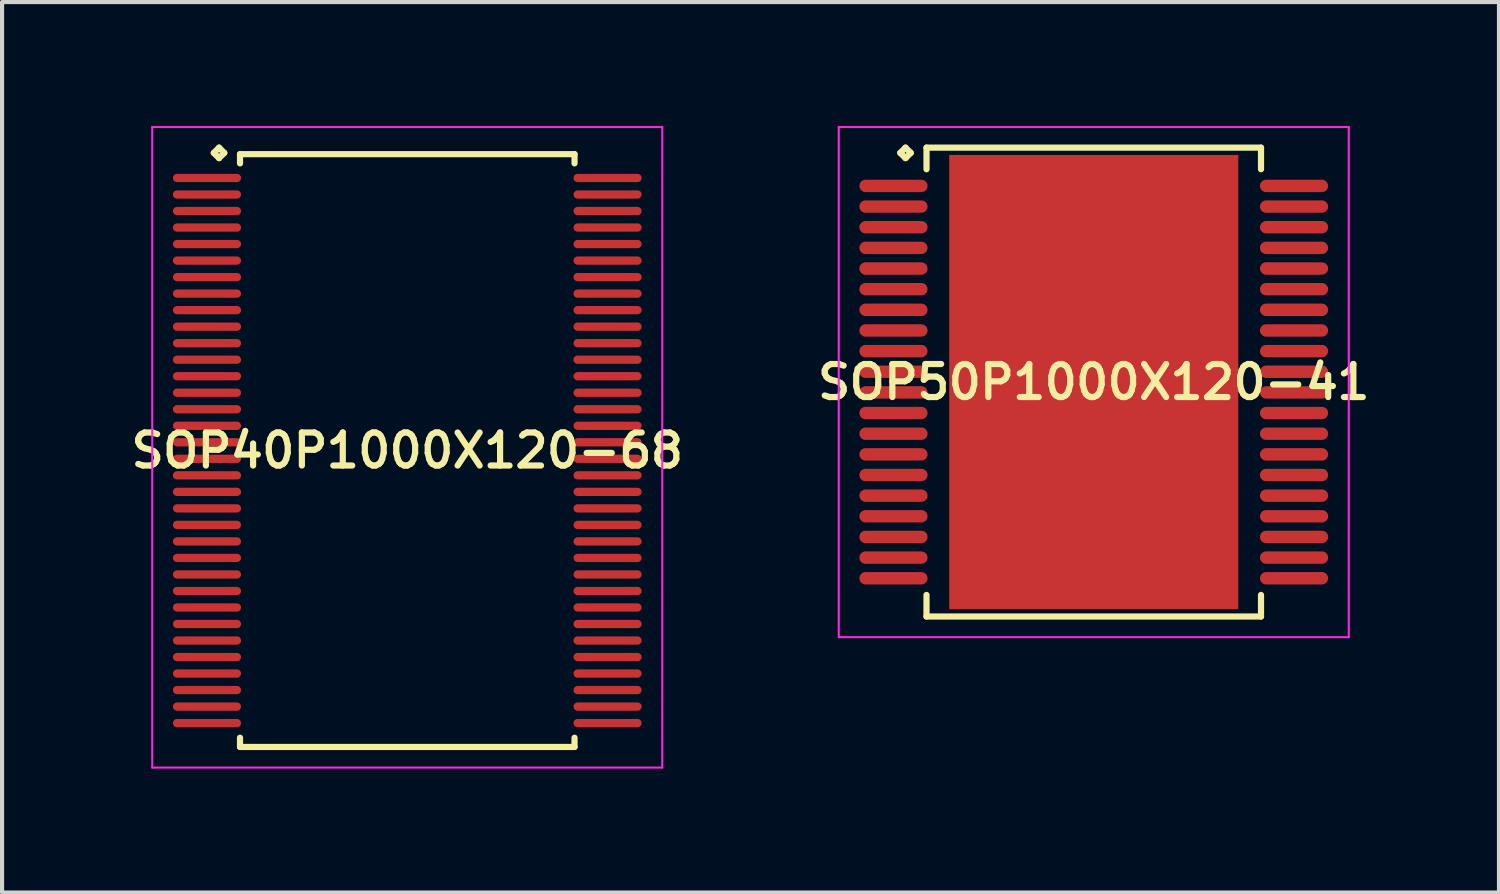
<source format=kicad_pcb>
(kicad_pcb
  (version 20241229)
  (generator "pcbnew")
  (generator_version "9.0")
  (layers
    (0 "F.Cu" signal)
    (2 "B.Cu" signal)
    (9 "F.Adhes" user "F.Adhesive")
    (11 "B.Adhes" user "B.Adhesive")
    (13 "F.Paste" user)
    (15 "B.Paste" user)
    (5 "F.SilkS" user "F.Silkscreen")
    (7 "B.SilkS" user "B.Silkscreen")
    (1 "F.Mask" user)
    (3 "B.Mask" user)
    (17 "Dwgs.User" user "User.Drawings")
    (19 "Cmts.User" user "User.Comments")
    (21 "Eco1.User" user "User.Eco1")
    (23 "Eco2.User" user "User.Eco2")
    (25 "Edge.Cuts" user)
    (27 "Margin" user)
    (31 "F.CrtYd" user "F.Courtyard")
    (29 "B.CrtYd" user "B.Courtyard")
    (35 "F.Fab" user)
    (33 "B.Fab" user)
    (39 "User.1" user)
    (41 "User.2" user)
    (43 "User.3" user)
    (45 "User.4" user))
  (footprint "SOP40P1000X120-68"
    (layer "F.Cu")
    (at 6.812 7.86)
    (property "Reference" "SOP40P1000X120-68" (at 0 0 0) (layer "F.SilkS") (effects (font (size 0.8 0.8) (thickness 0.15))))
    (attr smd)
    (fp_line (start -4.685 -7.208) (end -4.558 -7.335) (stroke (width 0.15) (type solid)) (layer "F.SilkS"))
    (fp_line (start -4.558 -7.335) (end -4.431 -7.208) (stroke (width 0.15) (type solid)) (layer "F.SilkS"))
    (fp_line (start -4.558 -7.081) (end -4.685 -7.208) (stroke (width 0.15) (type solid)) (layer "F.SilkS"))
    (fp_line (start -4.431 -7.208) (end -4.558 -7.081) (stroke (width 0.15) (type solid)) (layer "F.SilkS"))
    (fp_line (start -4.05 -7.177) (end 4.05 -7.177) (stroke (width 0.15) (type solid)) (layer "F.SilkS"))
    (fp_line (start -4.05 -6.954) (end -4.05 -7.177) (stroke (width 0.15) (type solid)) (layer "F.SilkS"))
    (fp_line (start -4.05 6.954) (end -4.05 7.177) (stroke (width 0.15) (type solid)) (layer "F.SilkS"))
    (fp_line (start -4.05 7.177) (end 4.05 7.177) (stroke (width 0.15) (type solid)) (layer "F.SilkS"))
    (fp_line (start 4.05 -7.177) (end 4.05 -6.954) (stroke (width 0.15) (type solid)) (layer "F.SilkS"))
    (fp_line (start 4.05 7.177) (end 4.05 6.954) (stroke (width 0.15) (type solid)) (layer "F.SilkS"))
    (fp_line (start -6.175 -7.835) (end 6.175 -7.835) (stroke (width 0.05) (type solid)) (layer "F.CrtYd"))
    (fp_line (start -6.175 7.677) (end -6.175 -7.835) (stroke (width 0.05) (type solid)) (layer "F.CrtYd"))
    (fp_line (start 6.175 -7.835) (end 6.175 7.677) (stroke (width 0.05) (type solid)) (layer "F.CrtYd"))
    (fp_line (start 6.175 7.677) (end -6.175 7.677) (stroke (width 0.05) (type solid)) (layer "F.CrtYd"))
    (pad "1" smd oval (at -4.85 -6.6) (size 1.65 0.2) (layers "F.Cu" "F.Mask" "F.Paste"))
    (pad "2" smd oval (at -4.85 -6.2) (size 1.65 0.2) (layers "F.Cu" "F.Mask" "F.Paste"))
    (pad "3" smd oval (at -4.85 -5.8) (size 1.65 0.2) (layers "F.Cu" "F.Mask" "F.Paste"))
    (pad "4" smd oval (at -4.85 -5.4) (size 1.65 0.2) (layers "F.Cu" "F.Mask" "F.Paste"))
    (pad "5" smd oval (at -4.85 -5) (size 1.65 0.2) (layers "F.Cu" "F.Mask" "F.Paste"))
    (pad "6" smd oval (at -4.85 -4.6) (size 1.65 0.2) (layers "F.Cu" "F.Mask" "F.Paste"))
    (pad "7" smd oval (at -4.85 -4.2) (size 1.65 0.2) (layers "F.Cu" "F.Mask" "F.Paste"))
    (pad "8" smd oval (at -4.85 -3.8) (size 1.65 0.2) (layers "F.Cu" "F.Mask" "F.Paste"))
    (pad "9" smd oval (at -4.85 -3.4) (size 1.65 0.2) (layers "F.Cu" "F.Mask" "F.Paste"))
    (pad "10" smd oval (at -4.85 -3) (size 1.65 0.2) (layers "F.Cu" "F.Mask" "F.Paste"))
    (pad "11" smd oval (at -4.85 -2.6) (size 1.65 0.2) (layers "F.Cu" "F.Mask" "F.Paste"))
    (pad "12" smd oval (at -4.85 -2.2) (size 1.65 0.2) (layers "F.Cu" "F.Mask" "F.Paste"))
    (pad "13" smd oval (at -4.85 -1.8) (size 1.65 0.2) (layers "F.Cu" "F.Mask" "F.Paste"))
    (pad "14" smd oval (at -4.85 -1.4) (size 1.65 0.2) (layers "F.Cu" "F.Mask" "F.Paste"))
    (pad "15" smd oval (at -4.85 -1) (size 1.65 0.2) (layers "F.Cu" "F.Mask" "F.Paste"))
    (pad "16" smd oval (at -4.85 -0.6) (size 1.65 0.2) (layers "F.Cu" "F.Mask" "F.Paste"))
    (pad "17" smd oval (at -4.85 -0.2) (size 1.65 0.2) (layers "F.Cu" "F.Mask" "F.Paste"))
    (pad "18" smd oval (at -4.85 0.2) (size 1.65 0.2) (layers "F.Cu" "F.Mask" "F.Paste"))
    (pad "19" smd oval (at -4.85 0.6) (size 1.65 0.2) (layers "F.Cu" "F.Mask" "F.Paste"))
    (pad "20" smd oval (at -4.85 1) (size 1.65 0.2) (layers "F.Cu" "F.Mask" "F.Paste"))
    (pad "21" smd oval (at -4.85 1.4) (size 1.65 0.2) (layers "F.Cu" "F.Mask" "F.Paste"))
    (pad "22" smd oval (at -4.85 1.8) (size 1.65 0.2) (layers "F.Cu" "F.Mask" "F.Paste"))
    (pad "23" smd oval (at -4.85 2.2) (size 1.65 0.2) (layers "F.Cu" "F.Mask" "F.Paste"))
    (pad "24" smd oval (at -4.85 2.6) (size 1.65 0.2) (layers "F.Cu" "F.Mask" "F.Paste"))
    (pad "25" smd oval (at -4.85 3) (size 1.65 0.2) (layers "F.Cu" "F.Mask" "F.Paste"))
    (pad "26" smd oval (at -4.85 3.4) (size 1.65 0.2) (layers "F.Cu" "F.Mask" "F.Paste"))
    (pad "27" smd oval (at -4.85 3.8) (size 1.65 0.2) (layers "F.Cu" "F.Mask" "F.Paste"))
    (pad "28" smd oval (at -4.85 4.2) (size 1.65 0.2) (layers "F.Cu" "F.Mask" "F.Paste"))
    (pad "29" smd oval (at -4.85 4.6) (size 1.65 0.2) (layers "F.Cu" "F.Mask" "F.Paste"))
    (pad "30" smd oval (at -4.85 5) (size 1.65 0.2) (layers "F.Cu" "F.Mask" "F.Paste"))
    (pad "31" smd oval (at -4.85 5.4) (size 1.65 0.2) (layers "F.Cu" "F.Mask" "F.Paste"))
    (pad "32" smd oval (at -4.85 5.8) (size 1.65 0.2) (layers "F.Cu" "F.Mask" "F.Paste"))
    (pad "33" smd oval (at -4.85 6.2) (size 1.65 0.2) (layers "F.Cu" "F.Mask" "F.Paste"))
    (pad "34" smd oval (at -4.85 6.6) (size 1.65 0.2) (layers "F.Cu" "F.Mask" "F.Paste"))
    (pad "35" smd oval (at 4.85 6.6) (size 1.65 0.2) (layers "F.Cu" "F.Mask" "F.Paste"))
    (pad "36" smd oval (at 4.85 6.2) (size 1.65 0.2) (layers "F.Cu" "F.Mask" "F.Paste"))
    (pad "37" smd oval (at 4.85 5.8) (size 1.65 0.2) (layers "F.Cu" "F.Mask" "F.Paste"))
    (pad "38" smd oval (at 4.85 5.4) (size 1.65 0.2) (layers "F.Cu" "F.Mask" "F.Paste"))
    (pad "39" smd oval (at 4.85 5) (size 1.65 0.2) (layers "F.Cu" "F.Mask" "F.Paste"))
    (pad "40" smd oval (at 4.85 4.6) (size 1.65 0.2) (layers "F.Cu" "F.Mask" "F.Paste"))
    (pad "41" smd oval (at 4.85 4.2) (size 1.65 0.2) (layers "F.Cu" "F.Mask" "F.Paste"))
    (pad "42" smd oval (at 4.85 3.8) (size 1.65 0.2) (layers "F.Cu" "F.Mask" "F.Paste"))
    (pad "43" smd oval (at 4.85 3.4) (size 1.65 0.2) (layers "F.Cu" "F.Mask" "F.Paste"))
    (pad "44" smd oval (at 4.85 3) (size 1.65 0.2) (layers "F.Cu" "F.Mask" "F.Paste"))
    (pad "45" smd oval (at 4.85 2.6) (size 1.65 0.2) (layers "F.Cu" "F.Mask" "F.Paste"))
    (pad "46" smd oval (at 4.85 2.2) (size 1.65 0.2) (layers "F.Cu" "F.Mask" "F.Paste"))
    (pad "47" smd oval (at 4.85 1.8) (size 1.65 0.2) (layers "F.Cu" "F.Mask" "F.Paste"))
    (pad "48" smd oval (at 4.85 1.4) (size 1.65 0.2) (layers "F.Cu" "F.Mask" "F.Paste"))
    (pad "49" smd oval (at 4.85 1) (size 1.65 0.2) (layers "F.Cu" "F.Mask" "F.Paste"))
    (pad "50" smd oval (at 4.85 0.6) (size 1.65 0.2) (layers "F.Cu" "F.Mask" "F.Paste"))
    (pad "51" smd oval (at 4.85 0.2) (size 1.65 0.2) (layers "F.Cu" "F.Mask" "F.Paste"))
    (pad "52" smd oval (at 4.85 -0.2) (size 1.65 0.2) (layers "F.Cu" "F.Mask" "F.Paste"))
    (pad "53" smd oval (at 4.85 -0.6) (size 1.65 0.2) (layers "F.Cu" "F.Mask" "F.Paste"))
    (pad "54" smd oval (at 4.85 -1) (size 1.65 0.2) (layers "F.Cu" "F.Mask" "F.Paste"))
    (pad "55" smd oval (at 4.85 -1.4) (size 1.65 0.2) (layers "F.Cu" "F.Mask" "F.Paste"))
    (pad "56" smd oval (at 4.85 -1.8) (size 1.65 0.2) (layers "F.Cu" "F.Mask" "F.Paste"))
    (pad "57" smd oval (at 4.85 -2.2) (size 1.65 0.2) (layers "F.Cu" "F.Mask" "F.Paste"))
    (pad "58" smd oval (at 4.85 -2.6) (size 1.65 0.2) (layers "F.Cu" "F.Mask" "F.Paste"))
    (pad "59" smd oval (at 4.85 -3) (size 1.65 0.2) (layers "F.Cu" "F.Mask" "F.Paste"))
    (pad "60" smd oval (at 4.85 -3.4) (size 1.65 0.2) (layers "F.Cu" "F.Mask" "F.Paste"))
    (pad "61" smd oval (at 4.85 -3.8) (size 1.65 0.2) (layers "F.Cu" "F.Mask" "F.Paste"))
    (pad "62" smd oval (at 4.85 -4.2) (size 1.65 0.2) (layers "F.Cu" "F.Mask" "F.Paste"))
    (pad "63" smd oval (at 4.85 -4.6) (size 1.65 0.2) (layers "F.Cu" "F.Mask" "F.Paste"))
    (pad "64" smd oval (at 4.85 -5) (size 1.65 0.2) (layers "F.Cu" "F.Mask" "F.Paste"))
    (pad "65" smd oval (at 4.85 -5.4) (size 1.65 0.2) (layers "F.Cu" "F.Mask" "F.Paste"))
    (pad "66" smd oval (at 4.85 -5.8) (size 1.65 0.2) (layers "F.Cu" "F.Mask" "F.Paste"))
    (pad "67" smd oval (at 4.85 -6.2) (size 1.65 0.2) (layers "F.Cu" "F.Mask" "F.Paste"))
    (pad "68" smd oval (at 4.85 -6.6) (size 1.65 0.2) (layers "F.Cu" "F.Mask" "F.Paste")))
  (footprint "SOP50P1000X120-41"
    (layer "F.Cu")
    (at 23.435 6.202)
    (property "Reference" "SOP50P1000X120-41" (at 0 0 0) (layer "F.SilkS") (effects (font (size 0.8 0.8) (thickness 0.15))))
    (attr smd)
    (fp_line (start -4.685 -5.55) (end -4.558 -5.677) (stroke (width 0.15) (type solid)) (layer "F.SilkS"))
    (fp_line (start -4.558 -5.677) (end -4.431 -5.55) (stroke (width 0.15) (type solid)) (layer "F.SilkS"))
    (fp_line (start -4.558 -5.423) (end -4.685 -5.55) (stroke (width 0.15) (type solid)) (layer "F.SilkS"))
    (fp_line (start -4.431 -5.55) (end -4.558 -5.423) (stroke (width 0.15) (type solid)) (layer "F.SilkS"))
    (fp_line (start -4.05 -5.677) (end 4.05 -5.677) (stroke (width 0.15) (type solid)) (layer "F.SilkS"))
    (fp_line (start -4.05 -5.154) (end -4.05 -5.677) (stroke (width 0.15) (type solid)) (layer "F.SilkS"))
    (fp_line (start -4.05 5.154) (end -4.05 5.677) (stroke (width 0.15) (type solid)) (layer "F.SilkS"))
    (fp_line (start -4.05 5.677) (end 4.05 5.677) (stroke (width 0.15) (type solid)) (layer "F.SilkS"))
    (fp_line (start 4.05 -5.677) (end 4.05 -5.154) (stroke (width 0.15) (type solid)) (layer "F.SilkS"))
    (fp_line (start 4.05 5.677) (end 4.05 5.154) (stroke (width 0.15) (type solid)) (layer "F.SilkS"))
    (fp_line (start -6.175 -6.177) (end 6.175 -6.177) (stroke (width 0.05) (type solid)) (layer "F.CrtYd"))
    (fp_line (start -6.175 6.177) (end -6.175 -6.177) (stroke (width 0.05) (type solid)) (layer "F.CrtYd"))
    (fp_line (start 6.175 -6.177) (end 6.175 6.177) (stroke (width 0.05) (type solid)) (layer "F.CrtYd"))
    (fp_line (start 6.175 6.177) (end -6.175 6.177) (stroke (width 0.05) (type solid)) (layer "F.CrtYd"))
    (pad "1" smd oval (at -4.85 -4.75) (size 1.65 0.3) (layers "F.Cu" "F.Mask" "F.Paste"))
    (pad "2" smd oval (at -4.85 -4.25) (size 1.65 0.3) (layers "F.Cu" "F.Mask" "F.Paste"))
    (pad "3" smd oval (at -4.85 -3.75) (size 1.65 0.3) (layers "F.Cu" "F.Mask" "F.Paste"))
    (pad "4" smd oval (at -4.85 -3.25) (size 1.65 0.3) (layers "F.Cu" "F.Mask" "F.Paste"))
    (pad "5" smd oval (at -4.85 -2.75) (size 1.65 0.3) (layers "F.Cu" "F.Mask" "F.Paste"))
    (pad "6" smd oval (at -4.85 -2.25) (size 1.65 0.3) (layers "F.Cu" "F.Mask" "F.Paste"))
    (pad "7" smd oval (at -4.85 -1.75) (size 1.65 0.3) (layers "F.Cu" "F.Mask" "F.Paste"))
    (pad "8" smd oval (at -4.85 -1.25) (size 1.65 0.3) (layers "F.Cu" "F.Mask" "F.Paste"))
    (pad "9" smd oval (at -4.85 -0.75) (size 1.65 0.3) (layers "F.Cu" "F.Mask" "F.Paste"))
    (pad "10" smd oval (at -4.85 -0.25) (size 1.65 0.3) (layers "F.Cu" "F.Mask" "F.Paste"))
    (pad "11" smd oval (at -4.85 0.25) (size 1.65 0.3) (layers "F.Cu" "F.Mask" "F.Paste"))
    (pad "12" smd oval (at -4.85 0.75) (size 1.65 0.3) (layers "F.Cu" "F.Mask" "F.Paste"))
    (pad "13" smd oval (at -4.85 1.25) (size 1.65 0.3) (layers "F.Cu" "F.Mask" "F.Paste"))
    (pad "14" smd oval (at -4.85 1.75) (size 1.65 0.3) (layers "F.Cu" "F.Mask" "F.Paste"))
    (pad "15" smd oval (at -4.85 2.25) (size 1.65 0.3) (layers "F.Cu" "F.Mask" "F.Paste"))
    (pad "16" smd oval (at -4.85 2.75) (size 1.65 0.3) (layers "F.Cu" "F.Mask" "F.Paste"))
    (pad "17" smd oval (at -4.85 3.25) (size 1.65 0.3) (layers "F.Cu" "F.Mask" "F.Paste"))
    (pad "18" smd oval (at -4.85 3.75) (size 1.65 0.3) (layers "F.Cu" "F.Mask" "F.Paste"))
    (pad "19" smd oval (at -4.85 4.25) (size 1.65 0.3) (layers "F.Cu" "F.Mask" "F.Paste"))
    (pad "20" smd oval (at -4.85 4.75) (size 1.65 0.3) (layers "F.Cu" "F.Mask" "F.Paste"))
    (pad "21" smd oval (at 4.85 4.75) (size 1.65 0.3) (layers "F.Cu" "F.Mask" "F.Paste"))
    (pad "22" smd oval (at 4.85 4.25) (size 1.65 0.3) (layers "F.Cu" "F.Mask" "F.Paste"))
    (pad "23" smd oval (at 4.85 3.75) (size 1.65 0.3) (layers "F.Cu" "F.Mask" "F.Paste"))
    (pad "24" smd oval (at 4.85 3.25) (size 1.65 0.3) (layers "F.Cu" "F.Mask" "F.Paste"))
    (pad "25" smd oval (at 4.85 2.75) (size 1.65 0.3) (layers "F.Cu" "F.Mask" "F.Paste"))
    (pad "26" smd oval (at 4.85 2.25) (size 1.65 0.3) (layers "F.Cu" "F.Mask" "F.Paste"))
    (pad "27" smd oval (at 4.85 1.75) (size 1.65 0.3) (layers "F.Cu" "F.Mask" "F.Paste"))
    (pad "28" smd oval (at 4.85 1.25) (size 1.65 0.3) (layers "F.Cu" "F.Mask" "F.Paste"))
    (pad "29" smd oval (at 4.85 0.75) (size 1.65 0.3) (layers "F.Cu" "F.Mask" "F.Paste"))
    (pad "30" smd oval (at 4.85 0.25) (size 1.65 0.3) (layers "F.Cu" "F.Mask" "F.Paste"))
    (pad "31" smd oval (at 4.85 -0.25) (size 1.65 0.3) (layers "F.Cu" "F.Mask" "F.Paste"))
    (pad "32" smd oval (at 4.85 -0.75) (size 1.65 0.3) (layers "F.Cu" "F.Mask" "F.Paste"))
    (pad "33" smd oval (at 4.85 -1.25) (size 1.65 0.3) (layers "F.Cu" "F.Mask" "F.Paste"))
    (pad "34" smd oval (at 4.85 -1.75) (size 1.65 0.3) (layers "F.Cu" "F.Mask" "F.Paste"))
    (pad "35" smd oval (at 4.85 -2.25) (size 1.65 0.3) (layers "F.Cu" "F.Mask" "F.Paste"))
    (pad "36" smd oval (at 4.85 -2.75) (size 1.65 0.3) (layers "F.Cu" "F.Mask" "F.Paste"))
    (pad "37" smd oval (at 4.85 -3.25) (size 1.65 0.3) (layers "F.Cu" "F.Mask" "F.Paste"))
    (pad "38" smd oval (at 4.85 -3.75) (size 1.65 0.3) (layers "F.Cu" "F.Mask" "F.Paste"))
    (pad "39" smd oval (at 4.85 -4.25) (size 1.65 0.3) (layers "F.Cu" "F.Mask" "F.Paste"))
    (pad "40" smd oval (at 4.85 -4.75) (size 1.65 0.3) (layers "F.Cu" "F.Mask" "F.Paste"))
    (pad "41" smd rect (at 0 0) (size 7 11) (layers "F.Cu" "F.Mask" "F.Paste")))
  (gr_rect
    (start -3 -3)
    (end 33.247 18.562)
    (stroke (width 0.1) (type default))
    (fill no)
    (layer "Edge.Cuts")))
</source>
